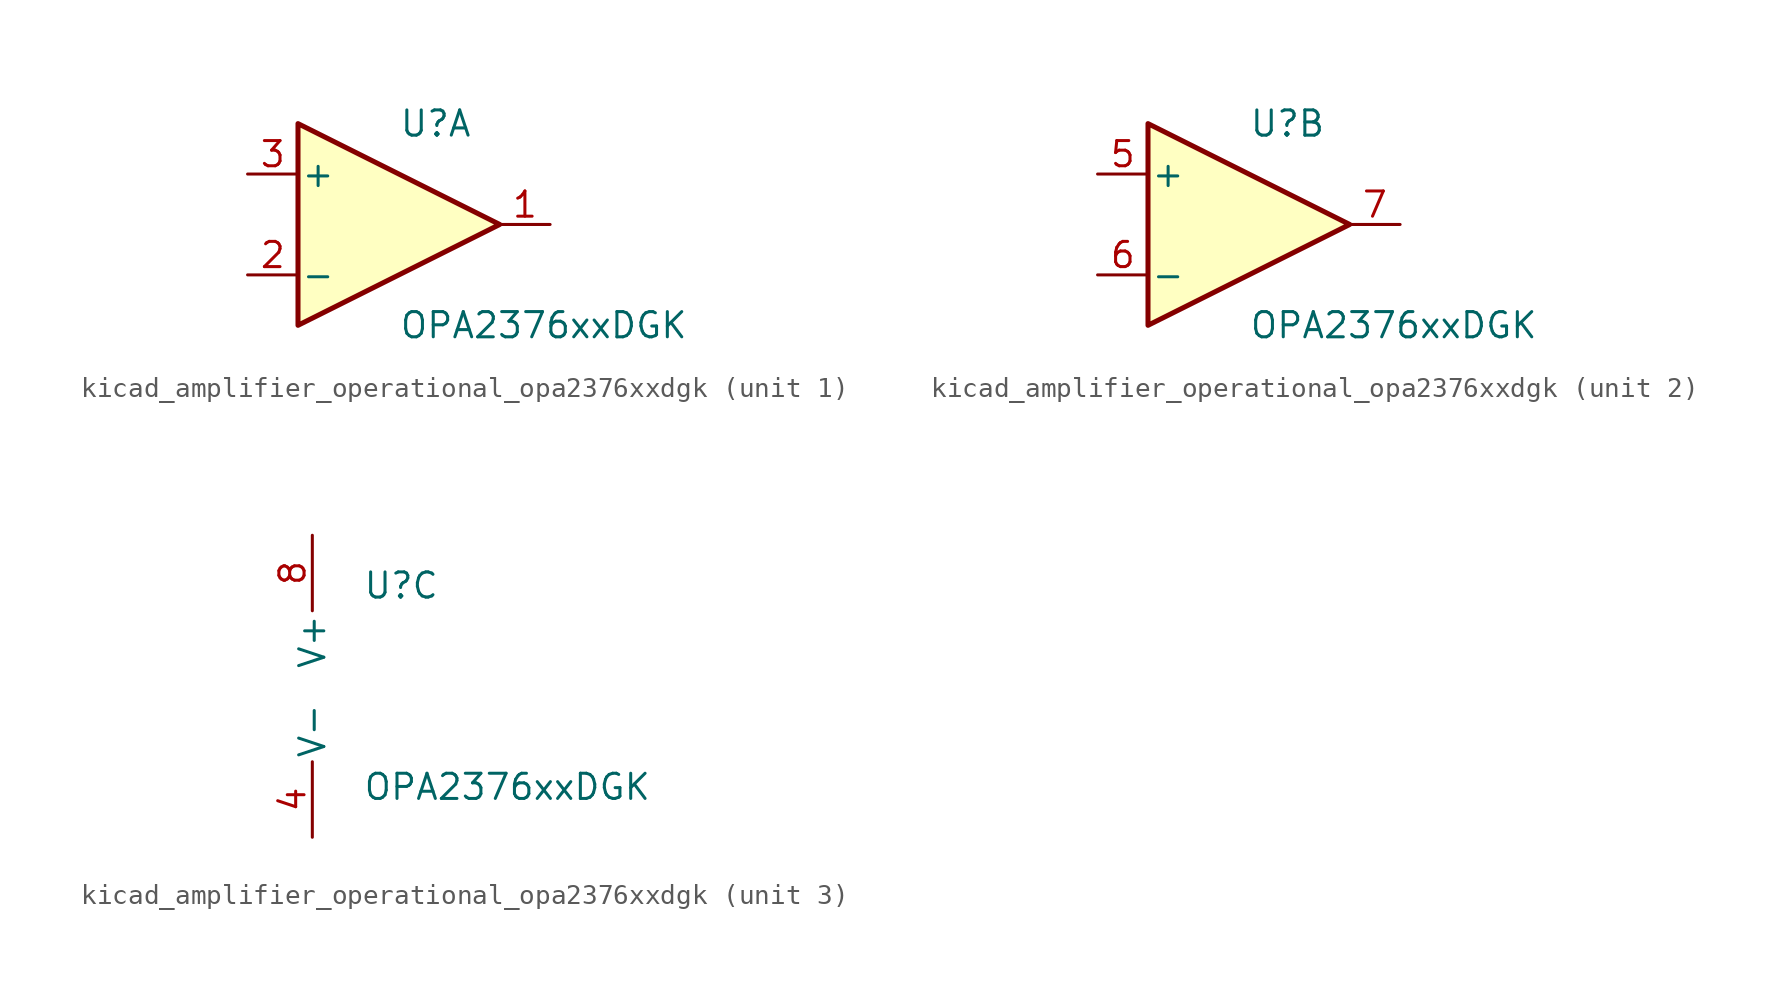
<source format=kicad_sym>
(kicad_symbol_lib
  (version 20220914)
  (generator kicad_symbol_editor)
  (symbol "kicad_amplifier_operational_opa2376xxdgk"
    (pin_names
      (offset 0.127))
    (property "Reference" "U"
      (at 0 5.08 0)
      (effects (font (size 1.27 1.27)) (justify left)))
    (property "Value" "OPA2376xxDGK"
      (at 0 -5.08 0)
      (effects (font (size 1.27 1.27)) (justify left)))
    (property "ki_locked" ""
      (at 0 0 0)
      (effects (font (size 1.27 1.27))))
    (symbol "kicad_amplifier_operational_opa2376xxdgk_1_1"
      (polyline (pts (xy -5.08 5.08) (xy 5.08 0) (xy -5.08 -5.08) (xy -5.08 5.08)) (stroke (width 0.254) (type default)) (fill (type background)))
      (pin output line (at 7.62 0 180) (length 2.54) (name "~" (effects (font (size 1.27 1.27)))) (number "1" (effects (font (size 1.27 1.27)))))
      (pin input line (at -7.62 -2.54 0) (length 2.54) (name "-" (effects (font (size 1.27 1.27)))) (number "2" (effects (font (size 1.27 1.27)))))
      (pin input line (at -7.62 2.54 0) (length 2.54) (name "+" (effects (font (size 1.27 1.27)))) (number "3" (effects (font (size 1.27 1.27))))))
    (symbol "kicad_amplifier_operational_opa2376xxdgk_2_1"
      (polyline (pts (xy -5.08 5.08) (xy 5.08 0) (xy -5.08 -5.08) (xy -5.08 5.08)) (stroke (width 0.254) (type default)) (fill (type background)))
      (pin input line (at -7.62 2.54 0) (length 2.54) (name "+" (effects (font (size 1.27 1.27)))) (number "5" (effects (font (size 1.27 1.27)))))
      (pin input line (at -7.62 -2.54 0) (length 2.54) (name "-" (effects (font (size 1.27 1.27)))) (number "6" (effects (font (size 1.27 1.27)))))
      (pin output line (at 7.62 0 180) (length 2.54) (name "~" (effects (font (size 1.27 1.27)))) (number "7" (effects (font (size 1.27 1.27))))))
    (symbol "kicad_amplifier_operational_opa2376xxdgk_3_1"
      (pin power_in line (at -2.54 -7.62 90) (length 3.81) (name "V-" (effects (font (size 1.27 1.27)))) (number "4" (effects (font (size 1.27 1.27)))))
      (pin power_in line (at -2.54 7.62 270) (length 3.81) (name "V+" (effects (font (size 1.27 1.27)))) (number "8" (effects (font (size 1.27 1.27))))))))
</source>
